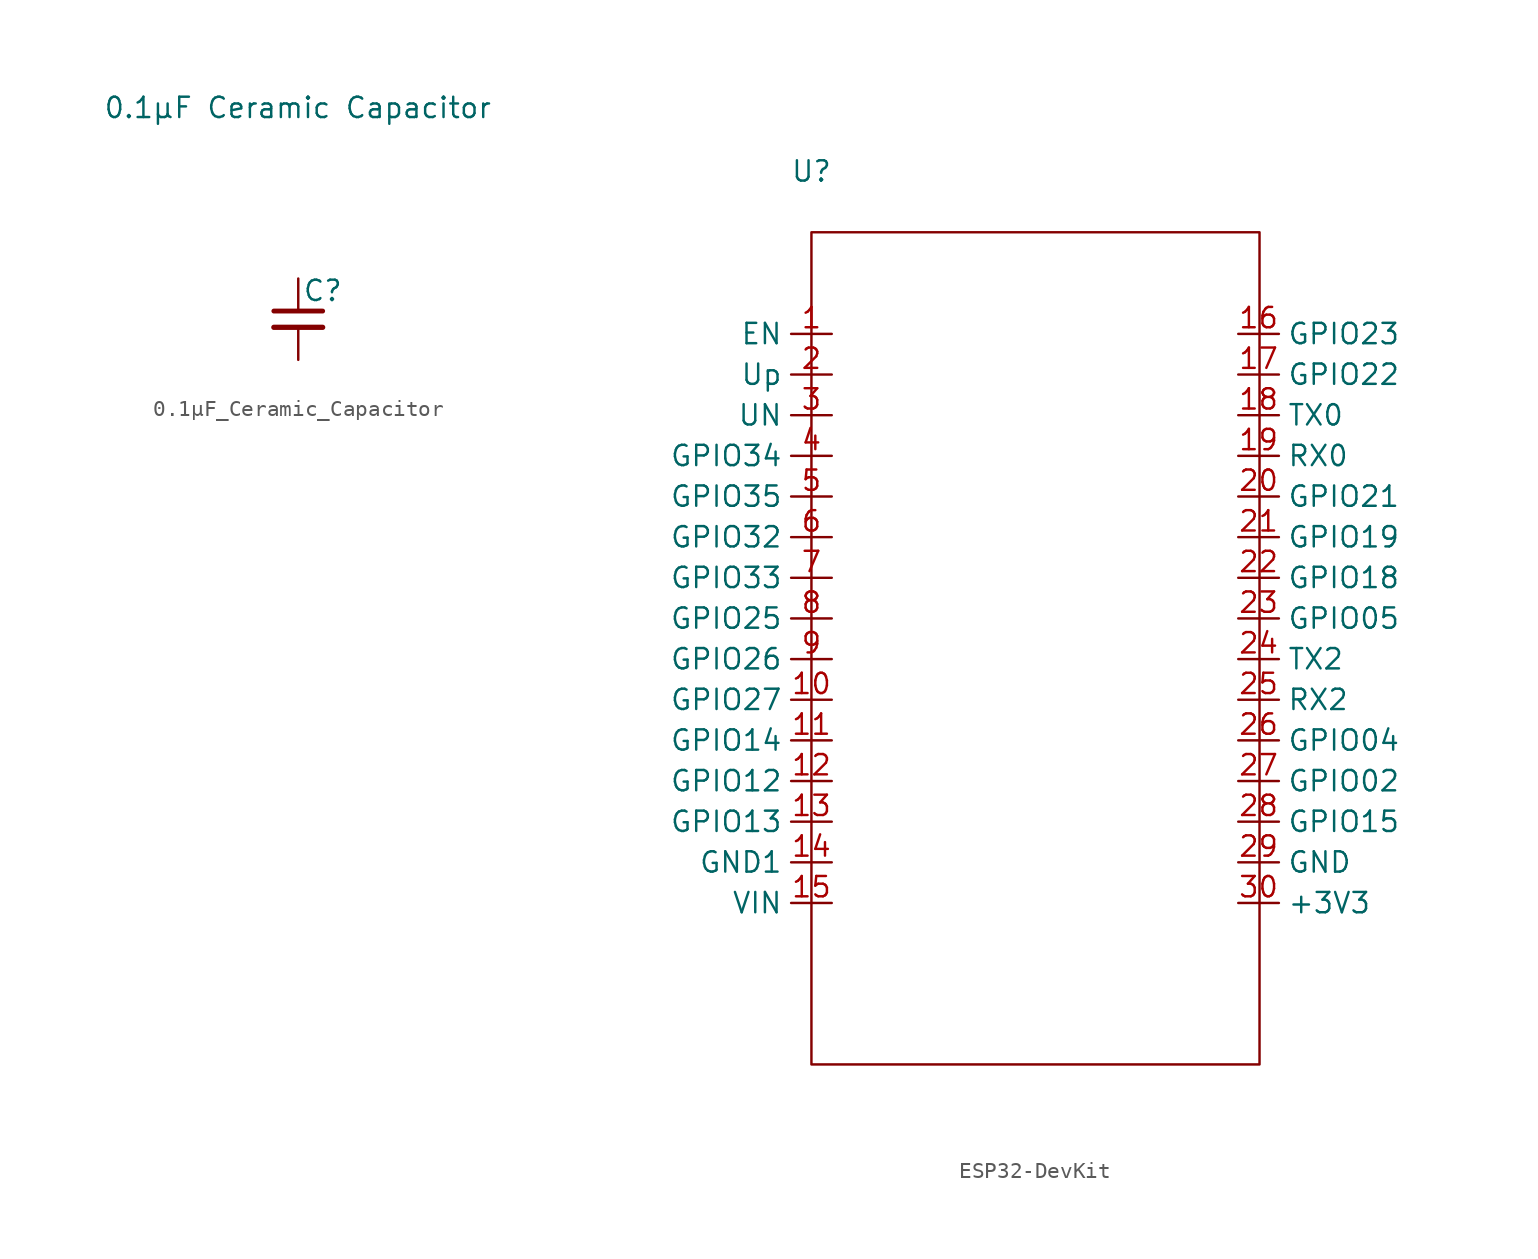
<source format=kicad_sym>
(kicad_symbol_lib
  (version 20241209)
  (generator "kicad_symbol_editor")
  (generator_version "9.0")
  (symbol "0.1µF_Ceramic_Capacitor"
    (pin_numbers
      (hide yes))
    (pin_names
      (offset 0.254)
      (hide yes))
    (property "Reference" "C"
      (at 0.254 1.778 0)
      (effects (font (size 1.27 1.27)) (justify left)))
    (property "Value" "0.1µF Ceramic Capacitor"
      (at -12.192 13.208 0)
      (effects (font (size 1.27 1.27)) (justify left)))
    (symbol "0.1µF_Ceramic_Capacitor_0_1"
      (polyline (pts (xy -1.524 0.508) (xy 1.524 0.508)) (stroke (width 0.305) (type default)) (fill (type none)))
      (polyline (pts (xy -1.524 -0.508) (xy 1.524 -0.508)) (stroke (width 0.33) (type default)) (fill (type none))))
    (symbol "0.1µF_Ceramic_Capacitor_1_1"
      (pin passive line (at 0 2.54 270) (length 2.032) (name "~" (effects (font (size 1.27 1.27)))) (number "1" (effects (font (size 1.27 1.27)))))
      (pin passive line (at 0 -2.54 90) (length 2.032) (name "~" (effects (font (size 1.27 1.27)))) (number "2" (effects (font (size 1.27 1.27)))))))
  (symbol "ESP32-DevKit"
    (property "Reference" "U"
      (at 0 0 0)
      (effects (font (size 1.27 1.27))))
    (property "Value" ""
      (at 0 0 0)
      (effects (font (size 1.27 1.27))))
    (symbol "ESP32-DevKit_0_1"
      (rectangle (start 0 -3.81) (end 28 -55.81) (stroke (width 0) (type default)) (fill (type none))))
    (symbol "ESP32-DevKit_1_1"
      (pin input line (at 1.27 -10.16 180) (length 2.54) (name "EN" (effects (font (size 1.27 1.27)))) (number "1" (effects (font (size 1.27 1.27)))))
      (pin bidirectional line (at 1.27 -12.7 180) (length 2.54) (name "Up" (effects (font (size 1.27 1.27)))) (number "2" (effects (font (size 1.27 1.27)))))
      (pin bidirectional line (at 1.27 -15.24 180) (length 2.54) (name "UN" (effects (font (size 1.27 1.27)))) (number "3" (effects (font (size 1.27 1.27)))))
      (pin bidirectional line (at 1.27 -17.78 180) (length 2.54) (name "GPIO34" (effects (font (size 1.27 1.27)))) (number "4" (effects (font (size 1.27 1.27)))))
      (pin bidirectional line (at 1.27 -20.32 180) (length 2.54) (name "GPIO35" (effects (font (size 1.27 1.27)))) (number "5" (effects (font (size 1.27 1.27)))))
      (pin bidirectional line (at 1.27 -22.86 180) (length 2.54) (name "GPIO32" (effects (font (size 1.27 1.27)))) (number "6" (effects (font (size 1.27 1.27)))))
      (pin bidirectional line (at 1.27 -25.4 180) (length 2.54) (name "GPIO33" (effects (font (size 1.27 1.27)))) (number "7" (effects (font (size 1.27 1.27)))))
      (pin bidirectional line (at 1.27 -27.94 180) (length 2.54) (name "GPIO25" (effects (font (size 1.27 1.27)))) (number "8" (effects (font (size 1.27 1.27)))))
      (pin bidirectional line (at 1.27 -30.48 180) (length 2.54) (name "GPIO26" (effects (font (size 1.27 1.27)))) (number "9" (effects (font (size 1.27 1.27)))))
      (pin bidirectional line (at 1.27 -33.02 180) (length 2.54) (name "GPIO27" (effects (font (size 1.27 1.27)))) (number "10" (effects (font (size 1.27 1.27)))))
      (pin bidirectional line (at 1.27 -35.56 180) (length 2.54) (name "GPIO14" (effects (font (size 1.27 1.27)))) (number "11" (effects (font (size 1.27 1.27)))))
      (pin bidirectional line (at 1.27 -38.1 180) (length 2.54) (name "GPIO12" (effects (font (size 1.27 1.27)))) (number "12" (effects (font (size 1.27 1.27)))))
      (pin bidirectional line (at 1.27 -40.64 180) (length 2.54) (name "GPIO13" (effects (font (size 1.27 1.27)))) (number "13" (effects (font (size 1.27 1.27)))))
      (pin power_in line (at 1.27 -43.18 180) (length 2.54) (name "GND1" (effects (font (size 1.27 1.27)))) (number "14" (effects (font (size 1.27 1.27)))))
      (pin power_in line (at 1.27 -45.72 180) (length 2.54) (name "VIN" (effects (font (size 1.27 1.27)))) (number "15" (effects (font (size 1.27 1.27)))))
      (pin bidirectional line (at 26.67 -10.16 0) (length 2.54) (name "GPIO23" (effects (font (size 1.27 1.27)))) (number "16" (effects (font (size 1.27 1.27)))))
      (pin bidirectional line (at 26.67 -12.7 0) (length 2.54) (name "GPIO22" (effects (font (size 1.27 1.27)))) (number "17" (effects (font (size 1.27 1.27)))))
      (pin output line (at 26.67 -15.24 0) (length 2.54) (name "TX0" (effects (font (size 1.27 1.27)))) (number "18" (effects (font (size 1.27 1.27)))))
      (pin input line (at 26.67 -17.78 0) (length 2.54) (name "RX0" (effects (font (size 1.27 1.27)))) (number "19" (effects (font (size 1.27 1.27)))))
      (pin bidirectional line (at 26.67 -20.32 0) (length 2.54) (name "GPIO21" (effects (font (size 1.27 1.27)))) (number "20" (effects (font (size 1.27 1.27)))))
      (pin bidirectional line (at 26.67 -22.86 0) (length 2.54) (name "GPIO19" (effects (font (size 1.27 1.27)))) (number "21" (effects (font (size 1.27 1.27)))))
      (pin bidirectional line (at 26.67 -25.4 0) (length 2.54) (name "GPIO18" (effects (font (size 1.27 1.27)))) (number "22" (effects (font (size 1.27 1.27)))))
      (pin bidirectional line (at 26.67 -27.94 0) (length 2.54) (name "GPIO05" (effects (font (size 1.27 1.27)))) (number "23" (effects (font (size 1.27 1.27)))))
      (pin bidirectional line (at 26.67 -30.48 0) (length 2.54) (name "TX2" (effects (font (size 1.27 1.27)))) (number "24" (effects (font (size 1.27 1.27)))))
      (pin output line (at 26.67 -33.02 0) (length 2.54) (name "RX2" (effects (font (size 1.27 1.27)))) (number "25" (effects (font (size 1.27 1.27)))))
      (pin bidirectional line (at 26.67 -35.56 0) (length 2.54) (name "GPIO04" (effects (font (size 1.27 1.27)))) (number "26" (effects (font (size 1.27 1.27)))))
      (pin bidirectional line (at 26.67 -38.1 0) (length 2.54) (name "GPIO02" (effects (font (size 1.27 1.27)))) (number "27" (effects (font (size 1.27 1.27)))))
      (pin power_in line (at 26.67 -40.64 0) (length 2.54) (name "GPIO15" (effects (font (size 1.27 1.27)))) (number "28" (effects (font (size 1.27 1.27)))))
      (pin power_in line (at 26.67 -43.18 0) (length 2.54) (name "GND" (effects (font (size 1.27 1.27)))) (number "29" (effects (font (size 1.27 1.27)))))
      (pin power_out line (at 26.67 -45.72 0) (length 2.54) (name "+3V3" (effects (font (size 1.27 1.27)))) (number "30" (effects (font (size 1.27 1.27))))))))
</source>
